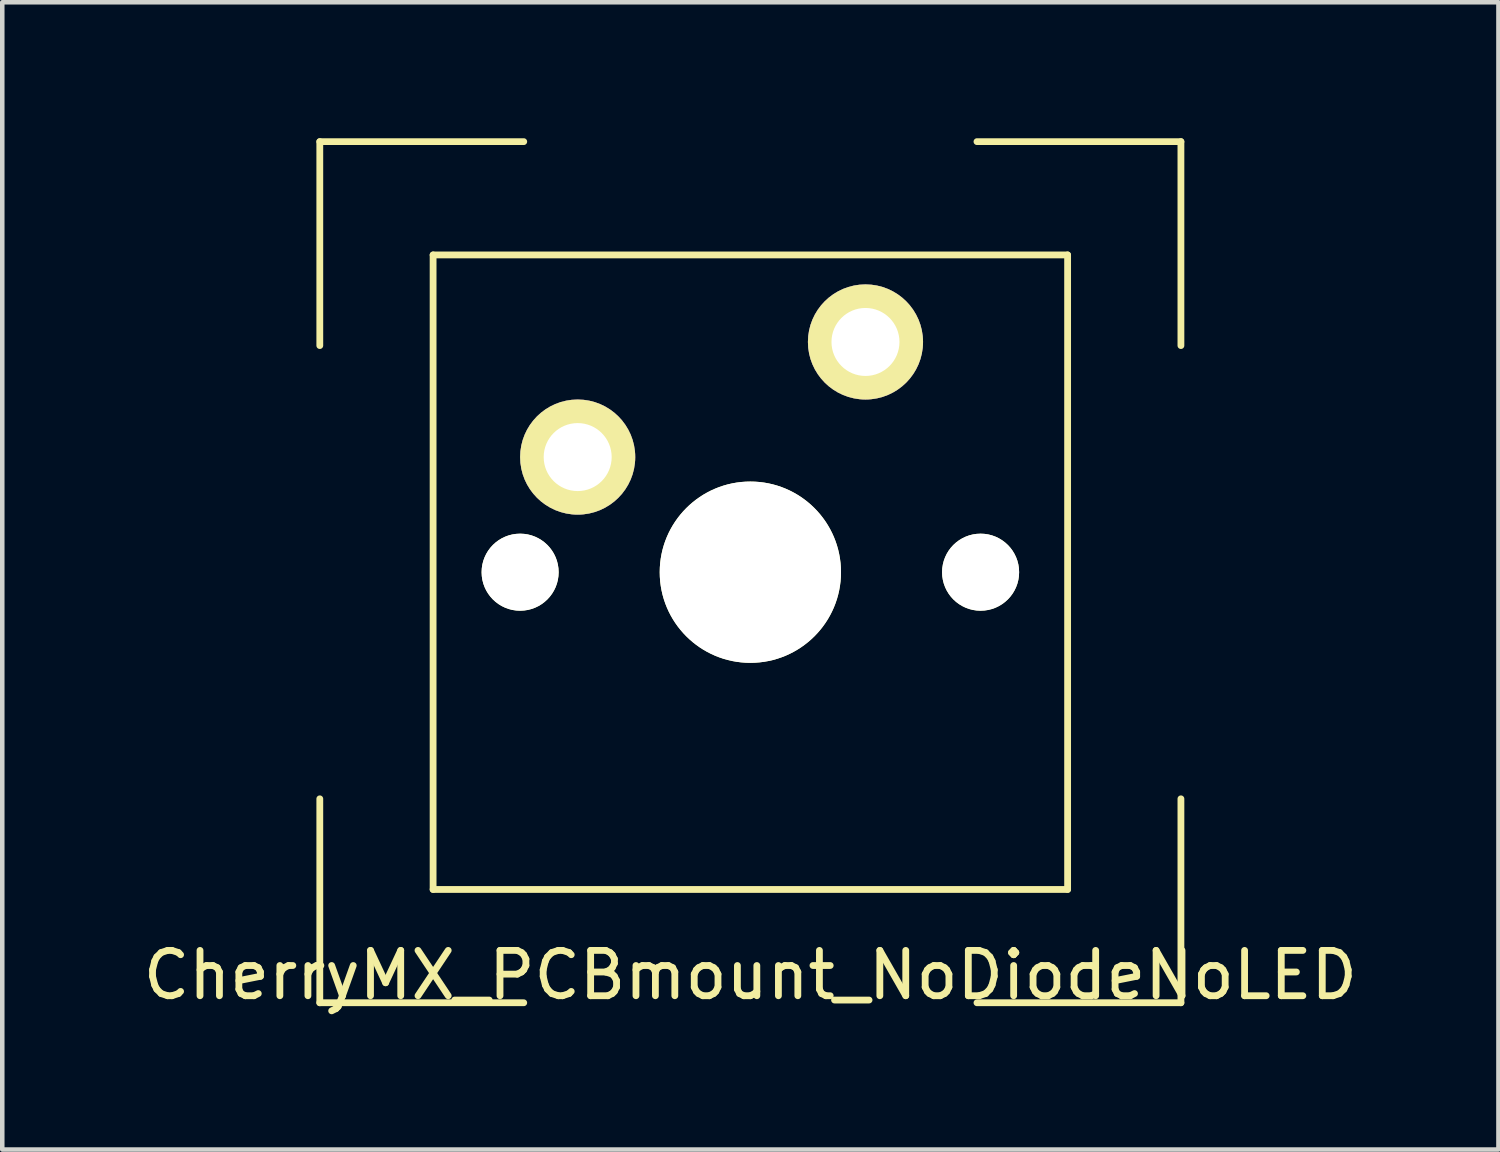
<source format=kicad_pcb>
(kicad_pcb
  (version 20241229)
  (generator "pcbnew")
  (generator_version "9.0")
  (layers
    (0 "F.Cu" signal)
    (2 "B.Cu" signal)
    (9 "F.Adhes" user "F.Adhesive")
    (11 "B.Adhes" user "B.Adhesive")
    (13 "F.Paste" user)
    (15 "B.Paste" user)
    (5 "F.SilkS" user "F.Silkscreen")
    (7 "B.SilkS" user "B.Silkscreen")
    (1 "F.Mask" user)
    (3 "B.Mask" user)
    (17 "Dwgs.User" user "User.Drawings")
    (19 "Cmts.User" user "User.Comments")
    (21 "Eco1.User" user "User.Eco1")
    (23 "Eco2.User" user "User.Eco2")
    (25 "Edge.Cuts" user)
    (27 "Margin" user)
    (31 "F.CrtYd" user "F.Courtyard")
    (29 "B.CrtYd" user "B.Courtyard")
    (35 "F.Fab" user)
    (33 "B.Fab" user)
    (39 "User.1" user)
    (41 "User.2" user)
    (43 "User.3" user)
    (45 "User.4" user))
  (footprint "CherryMX_PCBmount_NoDiodeNoLED"
    (layer "F.Cu")
    (at 13.506 9.575)
    (property "Reference" "CherryMX_PCBmount_NoDiodeNoLED" (at 0 8.89 0) (layer "F.SilkS") (effects (font (size 1 1) (thickness 0.15))))
    (attr through_hole)
    (fp_line (start -9.5 -9.5) (end -9.5 -5) (stroke (width 0.15) (type solid)) (layer "F.SilkS"))
    (fp_line (start -9.5 -9.5) (end -5 -9.5) (stroke (width 0.15) (type solid)) (layer "F.SilkS"))
    (fp_line (start -9.5 5) (end -9.5 9.5) (stroke (width 0.15) (type solid)) (layer "F.SilkS"))
    (fp_line (start -9.5 9.5) (end -5 9.5) (stroke (width 0.15) (type solid)) (layer "F.SilkS"))
    (fp_line (start -7 -7) (end 7 -7) (stroke (width 0.15) (type solid)) (layer "F.SilkS"))
    (fp_line (start -7 7) (end -7 -7) (stroke (width 0.15) (type solid)) (layer "F.SilkS"))
    (fp_line (start 5 9.5) (end 9.5 9.5) (stroke (width 0.15) (type solid)) (layer "F.SilkS"))
    (fp_line (start 7 -7) (end 7 7) (stroke (width 0.15) (type solid)) (layer "F.SilkS"))
    (fp_line (start 7 7) (end -7 7) (stroke (width 0.15) (type solid)) (layer "F.SilkS"))
    (fp_line (start 9.5 -9.5) (end 5 -9.5) (stroke (width 0.15) (type solid)) (layer "F.SilkS"))
    (fp_line (start 9.5 -5) (end 9.5 -9.5) (stroke (width 0.15) (type solid)) (layer "F.SilkS"))
    (fp_line (start 9.5 5) (end 9.5 9.5) (stroke (width 0.15) (type solid)) (layer "F.SilkS"))
    (pad "" np_thru_hole circle (at -5.08 0) (size 1.7 1.7) (drill 1.7) (layers "*.Cu" "*.Mask" "F.SilkS"))
    (pad "" np_thru_hole circle (at 0 0) (size 4 4) (drill 4) (layers "*.Cu" "*.Mask" "F.SilkS"))
    (pad "" np_thru_hole circle (at 5.08 0) (size 1.7 1.7) (drill 1.7) (layers "*.Cu" "*.Mask" "F.SilkS"))
    (pad "1" thru_hole circle (at -3.81 -2.54) (size 2.54 2.54) (drill 1.5) (layers "*.Cu" "*.Mask" "F.SilkS"))
    (pad "2" thru_hole circle (at 2.54 -5.08) (size 2.54 2.54) (drill 1.5) (layers "*.Cu" "*.Mask" "F.SilkS")))
  (gr_rect
    (start -3 -3)
    (end 30.012 22.313)
    (stroke (width 0.1) (type default))
    (fill no)
    (layer "Edge.Cuts")))
</source>
